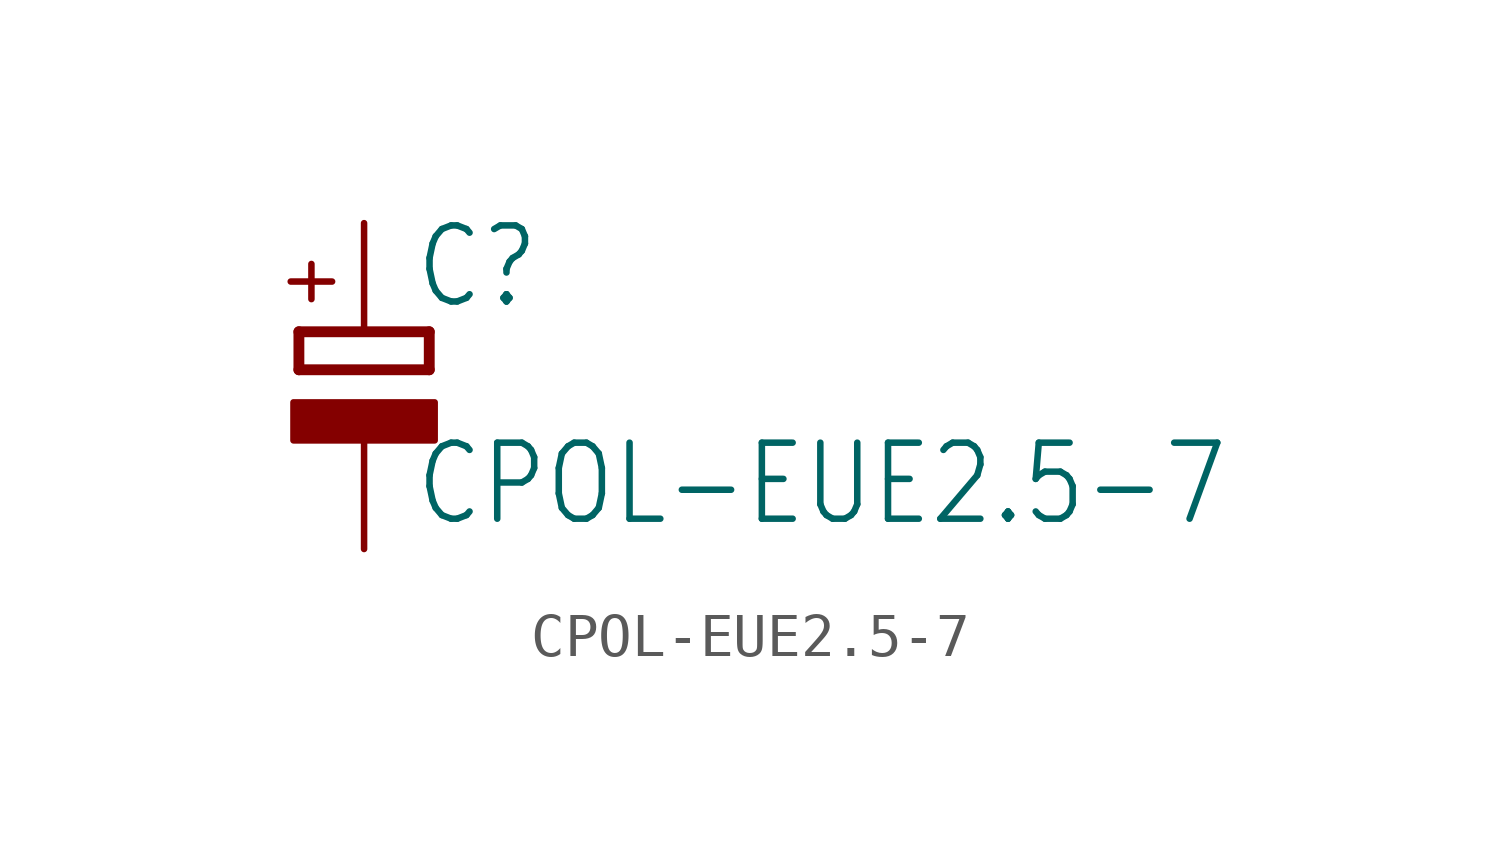
<source format=kicad_sym>
(kicad_symbol_lib
  (version 20211014)
  (generator kicad_symbol_editor)
  (symbol "CPOL-EUE2.5-7"
    (property "Reference" "C"
      (at 1.143 0.483 0)
      (effects (font (size 1.778 1.511)) (justify left bottom)))
    (property "Value" "CPOL-EUE2.5-7"
      (at 1.143 -4.597 0)
      (effects (font (size 1.778 1.511)) (justify left bottom)))
    (property "ki_locked" ""
      (at 0 0 0)
      (effects (font (size 1.27 1.27))))
    (symbol "CPOL-EUE2.5-7_1_0"
      (rectangle (start -1.651 -2.54) (end 1.651 -1.651) (stroke (width 0) (type default) (color 0 0 0 0)) (fill (type outline)))
      (polyline (pts (xy -1.524 -0.889) (xy 1.524 -0.889)) (stroke (width 0.254) (type default) (color 0 0 0 0)) (fill (type none)))
      (polyline (pts (xy -1.524 0) (xy -1.524 -0.889)) (stroke (width 0.254) (type default) (color 0 0 0 0)) (fill (type none)))
      (polyline (pts (xy -1.524 0) (xy 1.524 0)) (stroke (width 0.254) (type default) (color 0 0 0 0)) (fill (type none)))
      (polyline (pts (xy 1.524 -0.889) (xy 1.524 0)) (stroke (width 0.254) (type default) (color 0 0 0 0)) (fill (type none)))
      (text "+" (at -0.584 0.406 900) (effects (font (size 1.27 1.079)) (justify left bottom)))
      (pin passive line (at 0 2.54 270) (length 2.54) (name "+" (effects (font (size 0 0)))) (number "+" (effects (font (size 0 0)))))
      (pin passive line (at 0 -5.08 90) (length 2.54) (name "-" (effects (font (size 0 0)))) (number "-" (effects (font (size 0 0))))))))
</source>
